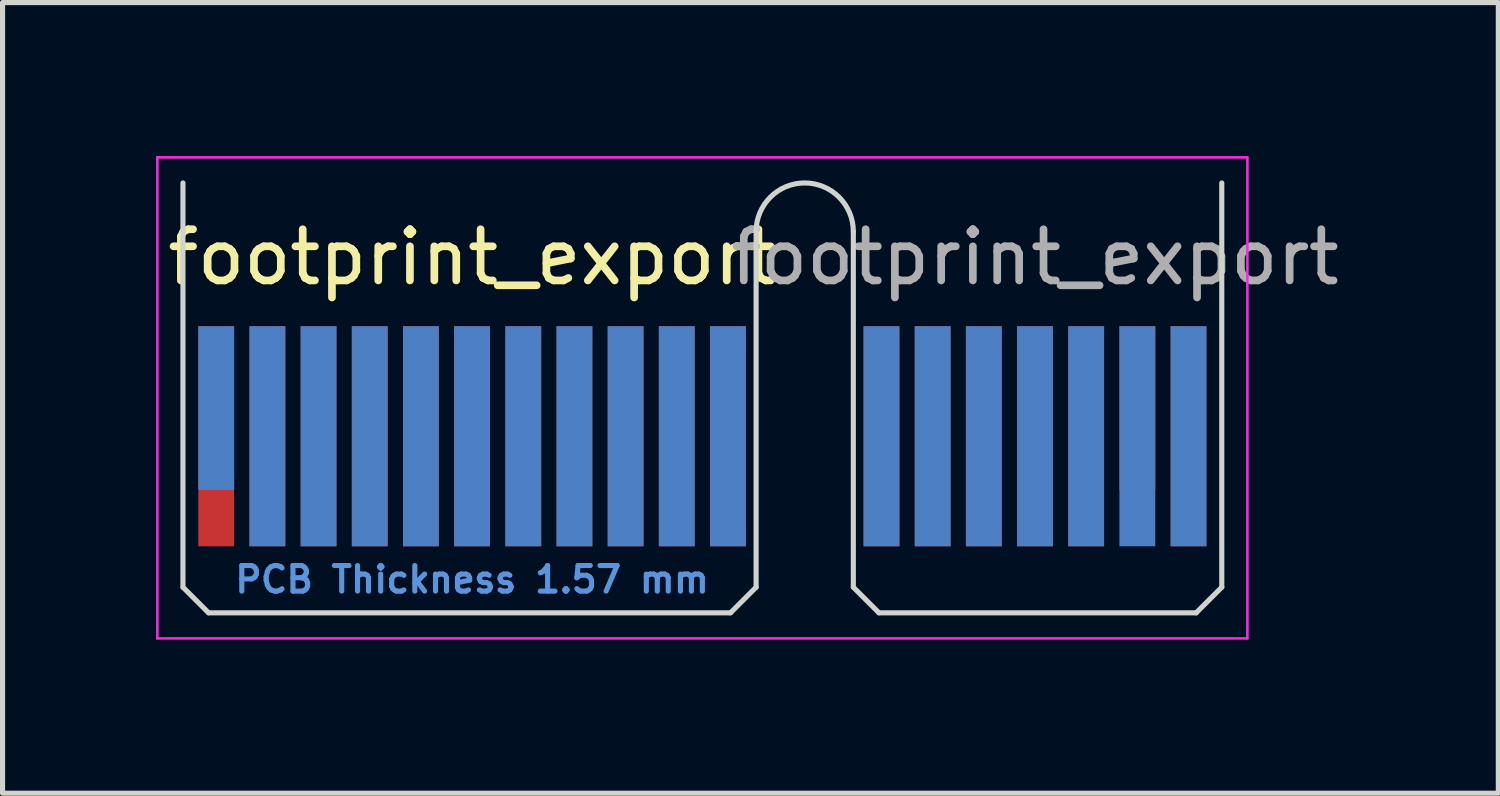
<source format=kicad_pcb>
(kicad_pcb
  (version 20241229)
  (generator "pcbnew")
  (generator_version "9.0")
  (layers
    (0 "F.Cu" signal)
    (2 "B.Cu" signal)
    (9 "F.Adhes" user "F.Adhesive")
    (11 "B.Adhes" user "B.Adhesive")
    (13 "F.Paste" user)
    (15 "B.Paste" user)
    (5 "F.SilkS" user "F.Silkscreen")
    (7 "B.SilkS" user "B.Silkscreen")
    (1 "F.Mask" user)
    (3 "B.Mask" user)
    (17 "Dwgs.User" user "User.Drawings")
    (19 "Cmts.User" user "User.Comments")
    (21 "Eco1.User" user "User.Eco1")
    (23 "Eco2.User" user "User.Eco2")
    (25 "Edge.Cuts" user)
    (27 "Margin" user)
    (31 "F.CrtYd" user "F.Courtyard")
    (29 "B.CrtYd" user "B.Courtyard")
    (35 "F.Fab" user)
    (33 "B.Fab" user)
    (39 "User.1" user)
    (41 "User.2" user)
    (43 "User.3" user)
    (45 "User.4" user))
  (footprint "footprint_export"
    (layer "F.Cu")
    (at 1.175 5.475)
    (property "Reference" "footprint_export" (at 5 -3.5 0) (layer "F.SilkS") (effects (font (size 1 1) (thickness 0.15))))
    (attr exclude_from_pos_files exclude_from_bom)
    (fp_line (start -0.65 -4.95) (end -0.65 2.95) (stroke (width 0.1) (type solid)) (layer "Edge.Cuts"))
    (fp_line (start -0.65 2.95) (end -0.15 3.45) (stroke (width 0.1) (type solid)) (layer "Edge.Cuts"))
    (fp_line (start -0.15 3.45) (end 10.05 3.45) (stroke (width 0.1) (type solid)) (layer "Edge.Cuts"))
    (fp_line (start 10.55 -4) (end 10.55 2.95) (stroke (width 0.1) (type solid)) (layer "Edge.Cuts"))
    (fp_line (start 10.55 2.95) (end 10.05 3.45) (stroke (width 0.1) (type solid)) (layer "Edge.Cuts"))
    (fp_line (start 12.45 -4) (end 12.45 2.95) (stroke (width 0.1) (type solid)) (layer "Edge.Cuts"))
    (fp_line (start 12.45 2.95) (end 12.95 3.45) (stroke (width 0.1) (type solid)) (layer "Edge.Cuts"))
    (fp_line (start 12.95 3.45) (end 19.15 3.45) (stroke (width 0.1) (type solid)) (layer "Edge.Cuts"))
    (fp_line (start 19.65 -4.95) (end 19.65 2.95) (stroke (width 0.1) (type solid)) (layer "Edge.Cuts"))
    (fp_line (start 19.65 2.95) (end 19.15 3.45) (stroke (width 0.1) (type solid)) (layer "Edge.Cuts"))
    (fp_arc (start 10.55 -4) (mid 11.5 -4.95) (end 12.45 -4) (stroke (width 0.1) (type solid)) (layer "Edge.Cuts"))
    (fp_line (start -1.15 -5.45) (end -1.15 3.95) (stroke (width 0.05) (type solid)) (layer "F.CrtYd"))
    (fp_line (start -1.15 -5.45) (end 20.15 -5.45) (stroke (width 0.05) (type solid)) (layer "F.CrtYd"))
    (fp_line (start 20.15 3.95) (end -1.15 3.95) (stroke (width 0.05) (type solid)) (layer "F.CrtYd"))
    (fp_line (start 20.15 3.95) (end 20.15 -5.45) (stroke (width 0.05) (type solid)) (layer "F.CrtYd"))
    (fp_text user "PCB Thickness 1.57 mm" (at 5 2.8 180) (layer "Cmts.User") (effects (font (size 0.5 0.5) (thickness 0.1))))
    (fp_text user "${REFERENCE}" (at 16 -3.5 0) (layer "F.Fab") (effects (font (size 1 1) (thickness 0.15))))
    (pad "A1" connect rect (at 0 -0.55) (size 0.7 3.2) (layers "B.Cu" "B.Mask"))
    (pad "A2" connect rect (at 1 0) (size 0.7 4.3) (layers "B.Cu" "B.Mask"))
    (pad "A3" connect rect (at 2 0) (size 0.7 4.3) (layers "B.Cu" "B.Mask"))
    (pad "A4" connect rect (at 3 0) (size 0.7 4.3) (layers "B.Cu" "B.Mask"))
    (pad "A5" connect rect (at 4 0) (size 0.7 4.3) (layers "B.Cu" "B.Mask"))
    (pad "A6" connect rect (at 5 0) (size 0.7 4.3) (layers "B.Cu" "B.Mask"))
    (pad "A7" connect rect (at 6 0) (size 0.7 4.3) (layers "B.Cu" "B.Mask"))
    (pad "A8" connect rect (at 7 0) (size 0.7 4.3) (layers "B.Cu" "B.Mask"))
    (pad "A9" connect rect (at 8 0) (size 0.7 4.3) (layers "B.Cu" "B.Mask"))
    (pad "A10" connect rect (at 9 0) (size 0.7 4.3) (layers "B.Cu" "B.Mask"))
    (pad "A11" connect rect (at 10 0) (size 0.7 4.3) (layers "B.Cu" "B.Mask"))
    (pad "A12" connect rect (at 13 0) (size 0.7 4.3) (layers "B.Cu" "B.Mask"))
    (pad "A13" connect rect (at 14 0) (size 0.7 4.3) (layers "B.Cu" "B.Mask"))
    (pad "A14" connect rect (at 15 0) (size 0.7 4.3) (layers "B.Cu" "B.Mask"))
    (pad "A15" connect rect (at 16 0) (size 0.7 4.3) (layers "B.Cu" "B.Mask"))
    (pad "A16" connect rect (at 17 0) (size 0.7 4.3) (layers "B.Cu" "B.Mask"))
    (pad "A17" connect rect (at 18 0) (size 0.7 4.3) (layers "B.Cu" "B.Mask"))
    (pad "A18" connect rect (at 19 0) (size 0.7 4.3) (layers "B.Cu" "B.Mask"))
    (pad "B1" connect rect (at 0 0) (size 0.7 4.3) (layers "F.Cu" "F.Mask"))
    (pad "B2" connect rect (at 1 0) (size 0.7 4.3) (layers "F.Cu" "F.Mask"))
    (pad "B3" connect rect (at 2 0) (size 0.7 4.3) (layers "F.Cu" "F.Mask"))
    (pad "B4" connect rect (at 3 0) (size 0.7 4.3) (layers "F.Cu" "F.Mask"))
    (pad "B5" connect rect (at 4 0) (size 0.7 4.3) (layers "F.Cu" "F.Mask"))
    (pad "B6" connect rect (at 5 0) (size 0.7 4.3) (layers "F.Cu" "F.Mask"))
    (pad "B7" connect rect (at 6 0) (size 0.7 4.3) (layers "F.Cu" "F.Mask"))
    (pad "B8" connect rect (at 7 0) (size 0.7 4.3) (layers "F.Cu" "F.Mask"))
    (pad "B9" connect rect (at 8 0) (size 0.7 4.3) (layers "F.Cu" "F.Mask"))
    (pad "B10" connect rect (at 9 0) (size 0.7 4.3) (layers "F.Cu" "F.Mask"))
    (pad "B11" connect rect (at 10 0) (size 0.7 4.3) (layers "F.Cu" "F.Mask"))
    (pad "B12" connect rect (at 13 0) (size 0.7 4.3) (layers "F.Cu" "F.Mask"))
    (pad "B13" connect rect (at 14 0) (size 0.7 4.3) (layers "F.Cu" "F.Mask"))
    (pad "B14" connect rect (at 15 0) (size 0.7 4.3) (layers "F.Cu" "F.Mask"))
    (pad "B15" connect rect (at 16 0) (size 0.7 4.3) (layers "F.Cu" "F.Mask"))
    (pad "B16" connect rect (at 17 0) (size 0.7 4.3) (layers "F.Cu" "F.Mask"))
    (pad "B17" connect rect (at 18 -0.55) (size 0.7 3.2) (layers "F.Cu" "F.Mask"))
    (pad "B18" connect rect (at 19 0) (size 0.7 4.3) (layers "F.Cu" "F.Mask")))
  (gr_rect
    (start -3 -3)
    (end 26.229 12.45)
    (stroke (width 0.1) (type default))
    (fill no)
    (layer "Edge.Cuts")))
</source>
